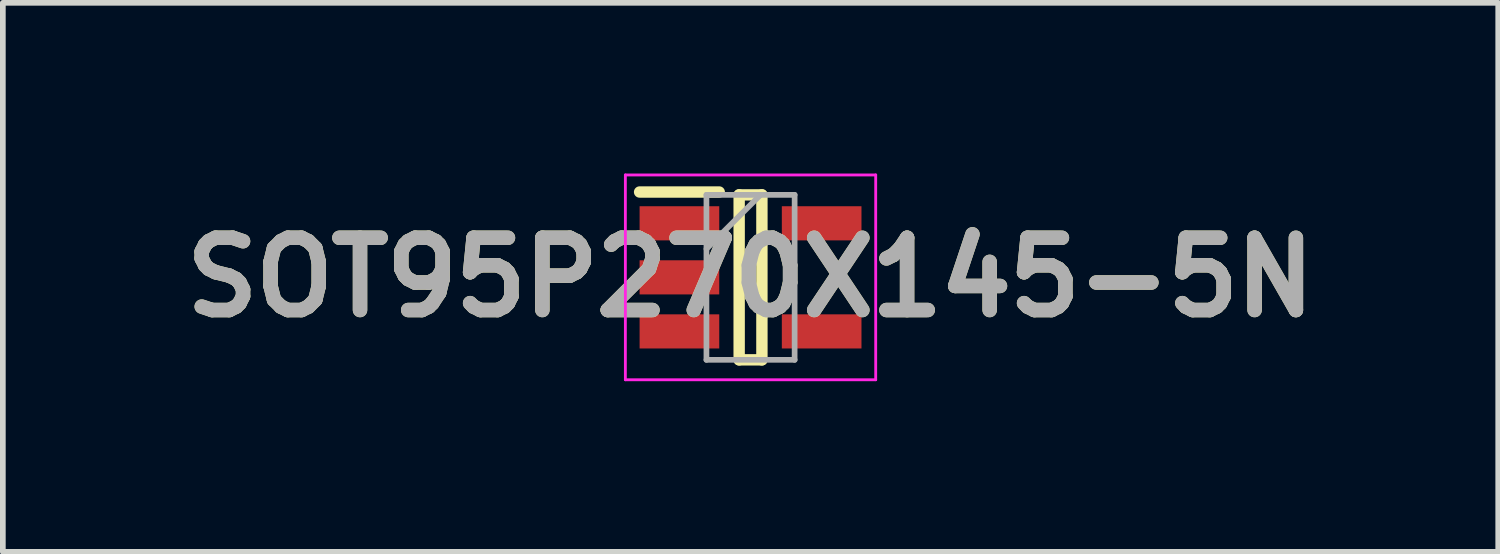
<source format=kicad_pcb>
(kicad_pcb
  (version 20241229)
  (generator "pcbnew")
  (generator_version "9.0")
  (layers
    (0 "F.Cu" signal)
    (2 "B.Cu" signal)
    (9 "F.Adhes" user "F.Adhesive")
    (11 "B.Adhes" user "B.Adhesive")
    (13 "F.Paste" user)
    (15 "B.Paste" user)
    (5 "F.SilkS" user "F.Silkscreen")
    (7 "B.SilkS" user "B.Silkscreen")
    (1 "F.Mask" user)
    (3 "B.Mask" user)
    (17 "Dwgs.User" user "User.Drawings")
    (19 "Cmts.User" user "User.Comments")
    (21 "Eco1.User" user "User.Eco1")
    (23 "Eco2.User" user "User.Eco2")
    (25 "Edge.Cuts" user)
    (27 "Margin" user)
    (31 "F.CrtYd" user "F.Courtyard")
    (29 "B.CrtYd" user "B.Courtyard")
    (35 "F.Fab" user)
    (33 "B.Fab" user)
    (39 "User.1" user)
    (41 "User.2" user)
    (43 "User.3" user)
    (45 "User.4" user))
  (footprint "SOT95P270X145-5N"
    (layer "F.Cu")
    (at 10.142 1.825)
    (property "Reference" "SOT95P270X145-5N" (at 0 0 0) (layer "F.SilkS") (effects (font (size 1.27 1.27) (thickness 0.254))))
    (attr smd)
    (fp_line (start -1.95 -1.5) (end -0.55 -1.5) (stroke (width 0.2) (type solid)) (layer "F.SilkS"))
    (fp_line (start -0.2 -1.45) (end 0.2 -1.45) (stroke (width 0.2) (type solid)) (layer "F.SilkS"))
    (fp_line (start -0.2 1.45) (end -0.2 -1.45) (stroke (width 0.2) (type solid)) (layer "F.SilkS"))
    (fp_line (start 0.2 -1.45) (end 0.2 1.45) (stroke (width 0.2) (type solid)) (layer "F.SilkS"))
    (fp_line (start 0.2 1.45) (end -0.2 1.45) (stroke (width 0.2) (type solid)) (layer "F.SilkS"))
    (fp_line (start -2.2 -1.8) (end 2.2 -1.8) (stroke (width 0.05) (type solid)) (layer "F.CrtYd"))
    (fp_line (start -2.2 1.8) (end -2.2 -1.8) (stroke (width 0.05) (type solid)) (layer "F.CrtYd"))
    (fp_line (start 2.2 -1.8) (end 2.2 1.8) (stroke (width 0.05) (type solid)) (layer "F.CrtYd"))
    (fp_line (start 2.2 1.8) (end -2.2 1.8) (stroke (width 0.05) (type solid)) (layer "F.CrtYd"))
    (fp_line (start -0.775 -1.45) (end 0.775 -1.45) (stroke (width 0.1) (type solid)) (layer "F.Fab"))
    (fp_line (start -0.775 -0.5) (end 0.175 -1.45) (stroke (width 0.1) (type solid)) (layer "F.Fab"))
    (fp_line (start -0.775 1.45) (end -0.775 -1.45) (stroke (width 0.1) (type solid)) (layer "F.Fab"))
    (fp_line (start 0.775 -1.45) (end 0.775 1.45) (stroke (width 0.1) (type solid)) (layer "F.Fab"))
    (fp_line (start 0.775 1.45) (end -0.775 1.45) (stroke (width 0.1) (type solid)) (layer "F.Fab"))
    (fp_text user "${REFERENCE}" (at 0 0 0) (layer "F.Fab") (effects (font (size 1.27 1.27) (thickness 0.254))))
    (pad "1" smd rect (at -1.25 -0.95 90) (size 0.6 1.4) (layers "F.Cu" "F.Mask" "F.Paste"))
    (pad "2" smd rect (at -1.25 0 90) (size 0.6 1.4) (layers "F.Cu" "F.Mask" "F.Paste"))
    (pad "3" smd rect (at -1.25 0.95 90) (size 0.6 1.4) (layers "F.Cu" "F.Mask" "F.Paste"))
    (pad "4" smd rect (at 1.25 0.95 90) (size 0.6 1.4) (layers "F.Cu" "F.Mask" "F.Paste"))
    (pad "5" smd rect (at 1.25 -0.95 90) (size 0.6 1.4) (layers "F.Cu" "F.Mask" "F.Paste")))
  (gr_rect
    (start -3 -3)
    (end 23.284 6.65)
    (stroke (width 0.1) (type default))
    (fill no)
    (layer "Edge.Cuts")))
</source>
